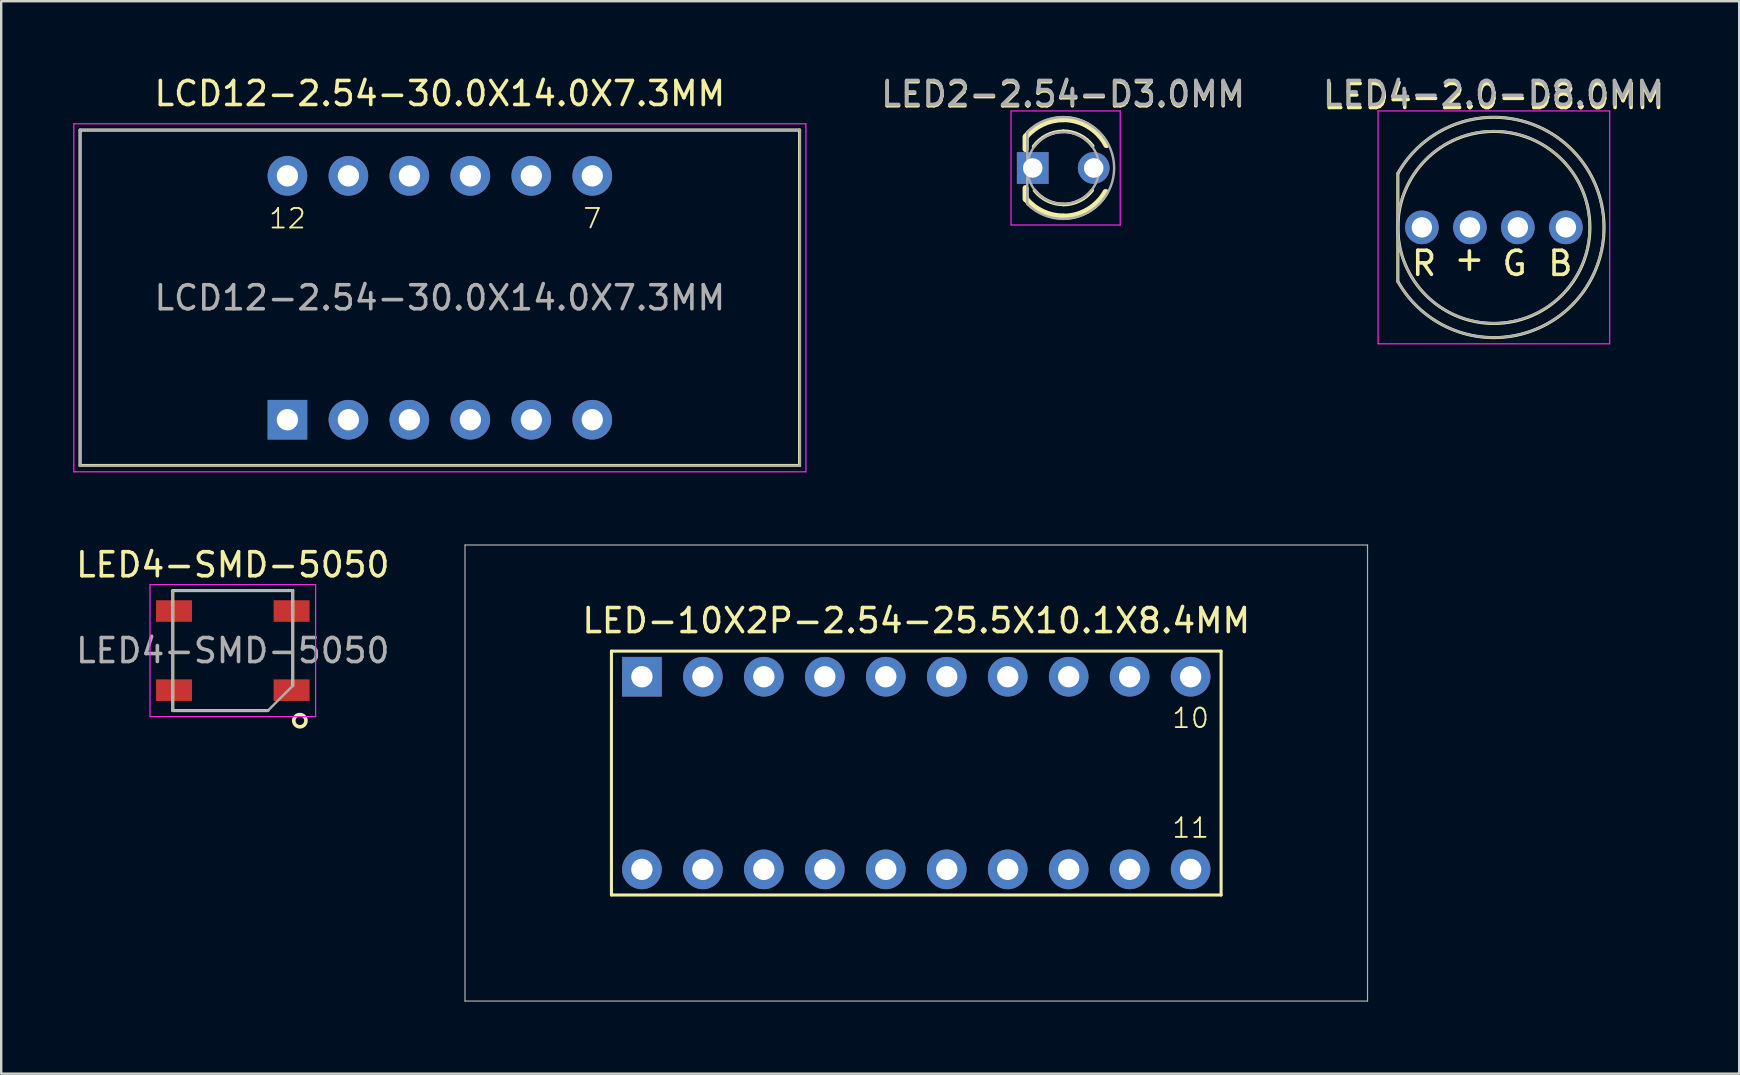
<source format=kicad_pcb>
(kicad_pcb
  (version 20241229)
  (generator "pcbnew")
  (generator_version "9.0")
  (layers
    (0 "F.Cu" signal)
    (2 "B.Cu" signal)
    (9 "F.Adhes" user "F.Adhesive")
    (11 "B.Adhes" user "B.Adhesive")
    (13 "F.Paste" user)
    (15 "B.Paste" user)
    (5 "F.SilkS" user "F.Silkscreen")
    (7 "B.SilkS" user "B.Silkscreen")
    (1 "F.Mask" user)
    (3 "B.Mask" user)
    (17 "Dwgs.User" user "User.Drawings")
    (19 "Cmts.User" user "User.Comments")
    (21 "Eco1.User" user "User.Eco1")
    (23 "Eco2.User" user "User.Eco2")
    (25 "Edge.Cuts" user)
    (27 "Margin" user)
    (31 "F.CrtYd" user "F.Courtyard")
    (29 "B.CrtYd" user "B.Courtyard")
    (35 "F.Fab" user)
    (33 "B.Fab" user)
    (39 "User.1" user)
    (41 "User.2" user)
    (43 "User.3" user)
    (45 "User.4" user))
  (footprint "LCD12-2.54-30.0X14.0X7.3MM"
    (layer "F.Cu")
    (at 15.275 9.357)
    (property "Reference" "LCD12-2.54-30.0X14.0X7.3MM" (at 0 -8.509 0) (layer "F.SilkS") (effects (font (size 1 1) (thickness 0.15))))
    (attr exclude_from_pos_files exclude_from_bom)
    (fp_line (start -14.986 -6.985) (end 14.986 -6.985) (stroke (width 0.066) (type solid)) (layer "F.SilkS"))
    (fp_line (start -14.986 -6.985) (end 14.986 -6.985) (stroke (width 0.127) (type solid)) (layer "F.SilkS"))
    (fp_line (start -14.986 6.985) (end -14.986 -6.985) (stroke (width 0.066) (type solid)) (layer "F.SilkS"))
    (fp_line (start -14.986 6.985) (end -14.986 -6.985) (stroke (width 0.127) (type solid)) (layer "F.SilkS"))
    (fp_line (start -14.986 6.985) (end 14.986 6.985) (stroke (width 0.066) (type solid)) (layer "F.SilkS"))
    (fp_line (start 14.986 -6.985) (end 14.986 6.985) (stroke (width 0.127) (type solid)) (layer "F.SilkS"))
    (fp_line (start 14.986 6.985) (end -14.986 6.985) (stroke (width 0.127) (type solid)) (layer "F.SilkS"))
    (fp_line (start 14.986 6.985) (end 14.986 -6.985) (stroke (width 0.066) (type solid)) (layer "F.SilkS"))
    (fp_line (start -15.25 -7.25) (end 15.25 -7.25) (stroke (width 0.05) (type solid)) (layer "F.CrtYd"))
    (fp_line (start -15.25 7.25) (end -15.25 -7.25) (stroke (width 0.05) (type solid)) (layer "F.CrtYd"))
    (fp_line (start 15.25 -7.25) (end 15.25 7.25) (stroke (width 0.05) (type solid)) (layer "F.CrtYd"))
    (fp_line (start 15.25 7.25) (end -15.25 7.25) (stroke (width 0.05) (type solid)) (layer "F.CrtYd"))
    (fp_line (start -15 -7) (end 15 -7) (stroke (width 0.1) (type solid)) (layer "F.Fab"))
    (fp_line (start -15 7) (end -15 -7) (stroke (width 0.1) (type solid)) (layer "F.Fab"))
    (fp_line (start 15 -7) (end 15 7) (stroke (width 0.1) (type solid)) (layer "F.Fab"))
    (fp_line (start 15 7) (end -15 7) (stroke (width 0.1) (type solid)) (layer "F.Fab"))
    (fp_text user "12" (at -6.35 -3.302 0) (layer "F.SilkS") (effects (font (size 0.813 0.813) (thickness 0.076))))
    (fp_text user "7" (at 6.35 -3.302 0) (layer "F.SilkS") (effects (font (size 0.813 0.813) (thickness 0.076))))
    (fp_text user "${REFERENCE}" (at 0 0 0) (layer "F.Fab") (effects (font (size 1 1) (thickness 0.15))))
    (pad "1" thru_hole rect (at -6.35 5.08) (size 1.651 1.651) (drill 0.889) (layers "*.Cu" "*.Mask"))
    (pad "2" thru_hole circle (at -3.81 5.08) (size 1.651 1.651) (drill 0.889) (layers "*.Cu" "*.Mask"))
    (pad "3" thru_hole circle (at -1.27 5.08) (size 1.651 1.651) (drill 0.889) (layers "*.Cu" "*.Mask"))
    (pad "4" thru_hole circle (at 1.27 5.08) (size 1.651 1.651) (drill 0.889) (layers "*.Cu" "*.Mask"))
    (pad "5" thru_hole circle (at 3.81 5.08) (size 1.651 1.651) (drill 0.889) (layers "*.Cu" "*.Mask"))
    (pad "6" thru_hole circle (at 6.35 5.08) (size 1.651 1.651) (drill 0.889) (layers "*.Cu" "*.Mask"))
    (pad "7" thru_hole circle (at 6.35 -5.08) (size 1.651 1.651) (drill 0.889) (layers "*.Cu" "*.Mask"))
    (pad "8" thru_hole circle (at 3.81 -5.08) (size 1.651 1.651) (drill 0.889) (layers "*.Cu" "*.Mask"))
    (pad "9" thru_hole circle (at 1.27 -5.08) (size 1.651 1.651) (drill 0.889) (layers "*.Cu" "*.Mask"))
    (pad "10" thru_hole circle (at -1.27 -5.08) (size 1.651 1.651) (drill 0.889) (layers "*.Cu" "*.Mask"))
    (pad "11" thru_hole circle (at -3.81 -5.08) (size 1.651 1.651) (drill 0.889) (layers "*.Cu" "*.Mask"))
    (pad "12" thru_hole circle (at -6.35 -5.08) (size 1.651 1.651) (drill 0.889) (layers "*.Cu" "*.Mask")))
  (footprint "LED4-2.0-D8.0MM"
    (layer "F.Cu")
    (at 59.188 6.423)
    (property "Reference" "LED4-2.0-D8.0MM" (at 0 -5.45 0) (layer "F.SilkS") (effects (font (size 1 1) (thickness 0.15))))
    (attr exclude_from_pos_files exclude_from_bom)
    (fp_line (start -4 -2.247) (end -4 2.253) (stroke (width 0.127) (type solid)) (layer "F.SilkS"))
    (fp_arc (start -3.988465 -2.266626) (mid 4.58969 0.014602) (end -3.999686 2.253208) (stroke (width 0.127) (type solid)) (layer "F.SilkS"))
    (fp_circle (center 0.000314 0.003) (end -4 0.003) (stroke (width 0.127) (type solid)) (fill no) (layer "F.SilkS"))
    (fp_line (start -4.825 -4.85) (end -4.825 4.85) (stroke (width 0.05) (type solid)) (layer "F.CrtYd"))
    (fp_line (start -4.825 4.85) (end 4.825 4.85) (stroke (width 0.05) (type solid)) (layer "F.CrtYd"))
    (fp_line (start 4.825 -4.85) (end -4.825 -4.85) (stroke (width 0.05) (type solid)) (layer "F.CrtYd"))
    (fp_line (start 4.825 4.85) (end 4.825 -4.85) (stroke (width 0.05) (type solid)) (layer "F.CrtYd"))
    (fp_line (start -4.01 -2.25) (end -4.01 2.25) (stroke (width 0.1) (type solid)) (layer "F.Fab"))
    (fp_arc (start -4 -2.27) (mid 4.578155 0.011228) (end -4.011221 2.249834) (stroke (width 0.1) (type solid)) (layer "F.Fab"))
    (fp_circle (center -0.01 -0.01) (end 3.99 -0.01) (stroke (width 0.1) (type solid)) (fill no) (layer "F.Fab"))
    (fp_text user "G" (at 0.864 1.5 0) (layer "F.SilkS") (effects (font (size 1 1) (thickness 0.15))))
    (fp_text user "R" (at -2.91 1.5 0) (layer "F.SilkS") (effects (font (size 1 1) (thickness 0.15))))
    (fp_text user "+" (at -1.02 1.29 0) (layer "F.SilkS") (effects (font (size 1 1) (thickness 0.15))))
    (fp_text user "B" (at 2.769 1.5 0) (layer "F.SilkS") (effects (font (size 1 1) (thickness 0.15))))
    (fp_text user "${REFERENCE}" (at -0.025 -5.575 0) (layer "F.Fab") (effects (font (size 1 1) (thickness 0.15))))
    (pad "1" thru_hole circle (at 3 0) (size 1.4 1.4) (drill 0.848) (layers "*.Cu" "*.Mask"))
    (pad "2" thru_hole circle (at 0.998 0) (size 1.4 1.4) (drill 0.848) (layers "*.Cu" "*.Mask"))
    (pad "3" thru_hole circle (at -0.998 0) (size 1.4 1.4) (drill 0.848) (layers "*.Cu" "*.Mask"))
    (pad "4" thru_hole circle (at -3 0) (size 1.4 1.4) (drill 0.848) (layers "*.Cu" "*.Mask")))
  (footprint "LED4-SMD-5050"
    (layer "F.Cu")
    (at 6.649 24.055)
    (property "Reference" "LED4-SMD-5050" (at 0 -3.575 0) (layer "F.SilkS") (effects (font (size 1 1) (thickness 0.15))))
    (attr smd)
    (fp_line (start -2.499 -2.499) (end 2.499 -2.499) (stroke (width 0.127) (type solid)) (layer "F.SilkS"))
    (fp_line (start -2.499 2.499) (end -2.499 -2.499) (stroke (width 0.127) (type solid)) (layer "F.SilkS"))
    (fp_line (start 1.463 2.499) (end -2.499 2.499) (stroke (width 0.127) (type solid)) (layer "F.SilkS"))
    (fp_line (start 2.499 -2.499) (end 2.499 1.463) (stroke (width 0.127) (type solid)) (layer "F.SilkS"))
    (fp_circle (center 2.794 2.921) (end 3.048 2.921) (stroke (width 0.15) (type solid)) (fill no) (layer "F.SilkS"))
    (fp_line (start -3.45 -2.75) (end 3.45 -2.75) (stroke (width 0.05) (type solid)) (layer "F.CrtYd"))
    (fp_line (start -3.45 2.75) (end -3.45 -2.75) (stroke (width 0.05) (type solid)) (layer "F.CrtYd"))
    (fp_line (start 3.45 -2.75) (end 3.45 2.75) (stroke (width 0.05) (type solid)) (layer "F.CrtYd"))
    (fp_line (start 3.45 2.75) (end -3.45 2.75) (stroke (width 0.05) (type solid)) (layer "F.CrtYd"))
    (fp_line (start -2.5 -2.5) (end 2.5 -2.5) (stroke (width 0.1) (type solid)) (layer "F.Fab"))
    (fp_line (start -2.5 2.5) (end -2.5 -2.5) (stroke (width 0.1) (type solid)) (layer "F.Fab"))
    (fp_line (start 1.462 2.5) (end -2.5 2.5) (stroke (width 0.1) (type solid)) (layer "F.Fab"))
    (fp_line (start 2.5 -2.5) (end 2.5 1.462) (stroke (width 0.1) (type solid)) (layer "F.Fab"))
    (fp_line (start 2.5 1.463) (end 1.463 2.5) (stroke (width 0.1) (type solid)) (layer "F.Fab"))
    (fp_text user "${REFERENCE}" (at 0 0 0) (layer "F.Fab") (effects (font (size 1 1) (thickness 0.15))))
    (pad "1" smd rect (at -2.449 -1.648 90) (size 0.899 1.499) (layers "F.Cu" "F.Mask" "F.Paste"))
    (pad "2" smd rect (at -2.449 1.648 90) (size 0.899 1.499) (layers "F.Cu" "F.Mask" "F.Paste"))
    (pad "3" smd rect (at 2.449 1.648 90) (size 0.899 1.499) (layers "F.Cu" "F.Mask" "F.Paste"))
    (pad "4" smd rect (at 2.449 -1.648 90) (size 0.899 1.499) (layers "F.Cu" "F.Mask" "F.Paste")))
  (footprint "LED2-2.54-D3.0MM"
    (layer "F.Cu")
    (at 41.246 3.948)
    (property "Reference" "LED2-2.54-D3.0MM" (at 0 -3.048 0) (layer "F.SilkS") (effects (font (size 1 1) (thickness 0.15))))
    (attr exclude_from_pos_files exclude_from_bom)
    (fp_line (start -1.567 -1.293) (end -1.567 -0.787) (stroke (width 0.254) (type solid)) (layer "F.SilkS"))
    (fp_line (start -1.567 1.293) (end -1.567 0.838) (stroke (width 0.254) (type solid)) (layer "F.SilkS"))
    (fp_arc (start -1.553949 -1.309322) (mid -0.853404 -1.844121) (end 0.007686 -2.032) (stroke (width 0.254) (type solid)) (layer "F.SilkS"))
    (fp_arc (start -1.234691 -0.893405) (mid -0.689781 -1.358984) (end 0.007686 -1.524) (stroke (width 0.1524) (type solid)) (layer "F.SilkS"))
    (fp_arc (start 0.002419 2.023525) (mid -0.84818 1.837186) (end -1.541714 1.31064) (stroke (width 0.254) (type solid)) (layer "F.SilkS"))
    (fp_arc (start 0.00428 1.516141) (mid -0.661976 1.363997) (end -1.193734 0.93472) (stroke (width 0.1524) (type solid)) (layer "F.SilkS"))
    (fp_arc (start 0.004595 -2.03624) (mid 1.051158 -1.74395) (end 1.798386 -0.95504) (stroke (width 0.254) (type solid)) (layer "F.SilkS"))
    (fp_arc (start 0.005416 -1.530146) (mid 0.688787 -1.366363) (end 1.226886 -0.9144) (stroke (width 0.1524) (type solid)) (layer "F.SilkS"))
    (fp_arc (start 1.207286 0.930106) (mid 0.676178 1.365804) (end 0.007686 1.524) (stroke (width 0.1524) (type solid)) (layer "F.SilkS"))
    (fp_arc (start 1.767119 1.003181) (mid 1.025719 1.754133) (end 0.007686 2.032) (stroke (width 0.254) (type solid)) (layer "F.SilkS"))
    (fp_line (start -2.175 -2.375) (end 2.375 -2.375) (stroke (width 0.05) (type solid)) (layer "F.CrtYd"))
    (fp_line (start -2.175 2.375) (end -2.175 -2.375) (stroke (width 0.05) (type solid)) (layer "F.CrtYd"))
    (fp_line (start 2.375 -2.375) (end 2.375 2.375) (stroke (width 0.05) (type solid)) (layer "F.CrtYd"))
    (fp_line (start 2.375 2.375) (end -2.175 2.375) (stroke (width 0.05) (type solid)) (layer "F.CrtYd"))
    (fp_line (start -1.5 -1.5) (end -1.5 1.5) (stroke (width 0.1) (type solid)) (layer "F.Fab"))
    (fp_arc (start -1.5 -1.5) (mid 2.12132 0) (end -1.5 1.5) (stroke (width 0.1) (type solid)) (layer "F.Fab"))
    (fp_circle (center 0 0) (end 1.5 0) (stroke (width 0.1) (type solid)) (fill no) (layer "F.Fab"))
    (fp_text user "${REFERENCE}" (at 0 -3.1 0) (layer "F.Fab") (effects (font (size 1 1) (thickness 0.15))))
    (pad "1" thru_hole rect (at -1.27 0) (size 1.321 1.321) (drill 0.813) (layers "*.Cu" "*.Mask"))
    (pad "2" thru_hole circle (at 1.27 0) (size 1.321 1.321) (drill 0.813) (layers "*.Cu" "*.Mask")))
  (footprint "LED-10X2P-2.54-25.5X10.1X8.4MM"
    (layer "F.Cu")
    (at 35.123 29.157)
    (property "Reference" "LED-10X2P-2.54-25.5X10.1X8.4MM" (at 0 -6.35 0) (layer "F.SilkS") (effects (font (size 1 1) (thickness 0.15))))
    (attr exclude_from_pos_files exclude_from_bom)
    (fp_line (start -12.7 -5.08) (end 12.7 -5.08) (stroke (width 0.066) (type solid)) (layer "F.SilkS"))
    (fp_line (start -12.7 -5.08) (end 12.7 -5.08) (stroke (width 0.127) (type solid)) (layer "F.SilkS"))
    (fp_line (start -12.7 5.08) (end -12.7 -5.08) (stroke (width 0.066) (type solid)) (layer "F.SilkS"))
    (fp_line (start -12.7 5.08) (end -12.7 -5.08) (stroke (width 0.127) (type solid)) (layer "F.SilkS"))
    (fp_line (start -12.7 5.08) (end 12.7 5.08) (stroke (width 0.066) (type solid)) (layer "F.SilkS"))
    (fp_line (start 12.7 -5.08) (end 12.7 5.08) (stroke (width 0.127) (type solid)) (layer "F.SilkS"))
    (fp_line (start 12.7 5.08) (end -12.7 5.08) (stroke (width 0.127) (type solid)) (layer "F.SilkS"))
    (fp_line (start 12.7 5.08) (end 12.7 -5.08) (stroke (width 0.066) (type solid)) (layer "F.SilkS"))
    (fp_line (start -18.8 -9.5) (end 18.8 -9.5) (stroke (width 0.05) (type solid)) (layer "F.Fab"))
    (fp_line (start -18.8 9.5) (end -18.8 -9.5) (stroke (width 0.05) (type solid)) (layer "F.Fab"))
    (fp_line (start 18.8 -9.5) (end 18.8 9.5) (stroke (width 0.05) (type solid)) (layer "F.Fab"))
    (fp_line (start 18.8 9.5) (end -18.8 9.5) (stroke (width 0.05) (type solid)) (layer "F.Fab"))
    (fp_text user "11" (at 11.43 2.286 0) (layer "F.SilkS") (effects (font (size 0.813 0.813) (thickness 0.076))))
    (fp_text user "10" (at 11.43 -2.286 0) (layer "F.SilkS") (effects (font (size 0.813 0.813) (thickness 0.076))))
    (pad "1" thru_hole rect (at -11.43 -4.013) (size 1.651 1.651) (drill 0.889) (layers "*.Cu" "*.Mask"))
    (pad "2" thru_hole circle (at -8.89 -4.013) (size 1.651 1.651) (drill 0.889) (layers "*.Cu" "*.Mask"))
    (pad "3" thru_hole circle (at -6.35 -4.013) (size 1.651 1.651) (drill 0.889) (layers "*.Cu" "*.Mask"))
    (pad "4" thru_hole circle (at -3.81 -4.013) (size 1.651 1.651) (drill 0.889) (layers "*.Cu" "*.Mask"))
    (pad "5" thru_hole circle (at -1.27 -4.013) (size 1.651 1.651) (drill 0.889) (layers "*.Cu" "*.Mask"))
    (pad "6" thru_hole circle (at 1.27 -4.013) (size 1.651 1.651) (drill 0.889) (layers "*.Cu" "*.Mask"))
    (pad "7" thru_hole circle (at 3.81 -4.013) (size 1.651 1.651) (drill 0.889) (layers "*.Cu" "*.Mask"))
    (pad "8" thru_hole circle (at 6.35 -4.013) (size 1.651 1.651) (drill 0.889) (layers "*.Cu" "*.Mask"))
    (pad "9" thru_hole circle (at 8.89 -4.013) (size 1.651 1.651) (drill 0.889) (layers "*.Cu" "*.Mask"))
    (pad "10" thru_hole circle (at 11.43 -4.013) (size 1.651 1.651) (drill 0.889) (layers "*.Cu" "*.Mask"))
    (pad "11" thru_hole circle (at 11.43 4.013) (size 1.651 1.651) (drill 0.889) (layers "*.Cu" "*.Mask"))
    (pad "12" thru_hole circle (at 8.89 4.013) (size 1.651 1.651) (drill 0.889) (layers "*.Cu" "*.Mask"))
    (pad "13" thru_hole circle (at 6.35 4.013) (size 1.651 1.651) (drill 0.889) (layers "*.Cu" "*.Mask"))
    (pad "14" thru_hole circle (at 3.81 4.013) (size 1.651 1.651) (drill 0.889) (layers "*.Cu" "*.Mask"))
    (pad "15" thru_hole circle (at 1.27 4.013) (size 1.651 1.651) (drill 0.889) (layers "*.Cu" "*.Mask"))
    (pad "16" thru_hole circle (at -1.27 4.013) (size 1.651 1.651) (drill 0.889) (layers "*.Cu" "*.Mask"))
    (pad "17" thru_hole circle (at -3.81 4.013) (size 1.651 1.651) (drill 0.889) (layers "*.Cu" "*.Mask"))
    (pad "18" thru_hole circle (at -6.35 4.013) (size 1.651 1.651) (drill 0.889) (layers "*.Cu" "*.Mask"))
    (pad "19" thru_hole circle (at -8.89 4.013) (size 1.651 1.651) (drill 0.889) (layers "*.Cu" "*.Mask"))
    (pad "20" thru_hole circle (at -11.43 4.013) (size 1.651 1.651) (drill 0.889) (layers "*.Cu" "*.Mask")))
  (gr_rect
    (start -3 -3)
    (end 69.408 41.682)
    (stroke (width 0.1) (type default))
    (fill no)
    (layer "Edge.Cuts")))
</source>
